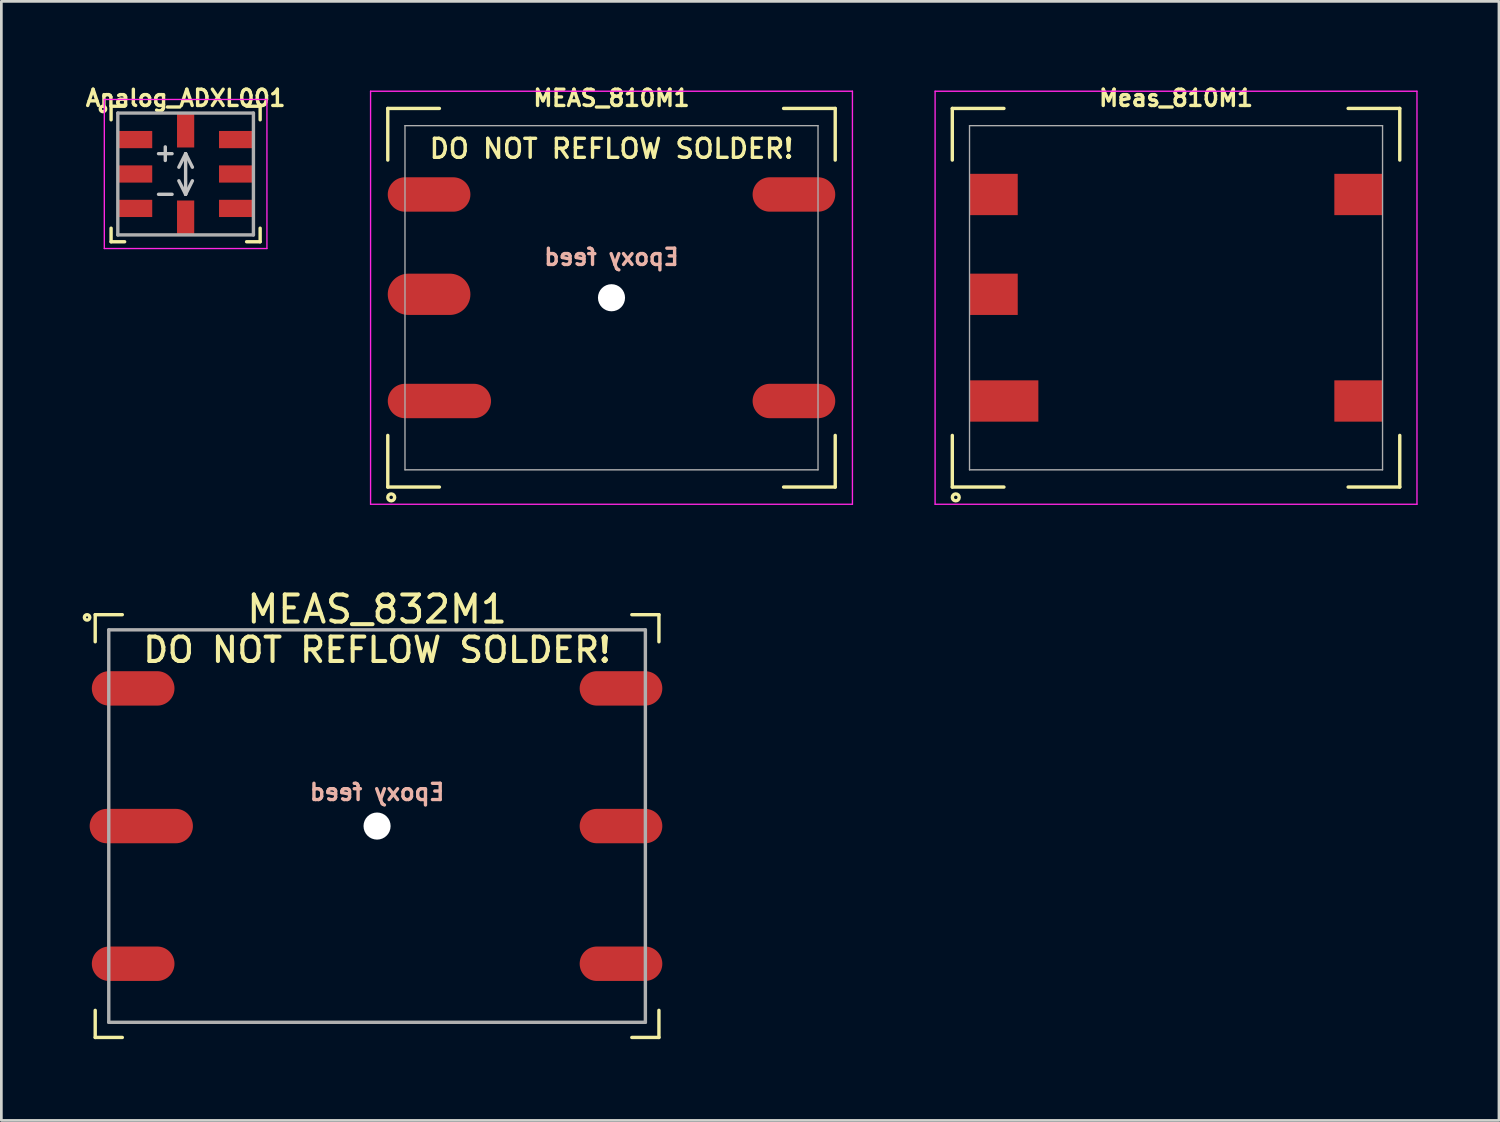
<source format=kicad_pcb>
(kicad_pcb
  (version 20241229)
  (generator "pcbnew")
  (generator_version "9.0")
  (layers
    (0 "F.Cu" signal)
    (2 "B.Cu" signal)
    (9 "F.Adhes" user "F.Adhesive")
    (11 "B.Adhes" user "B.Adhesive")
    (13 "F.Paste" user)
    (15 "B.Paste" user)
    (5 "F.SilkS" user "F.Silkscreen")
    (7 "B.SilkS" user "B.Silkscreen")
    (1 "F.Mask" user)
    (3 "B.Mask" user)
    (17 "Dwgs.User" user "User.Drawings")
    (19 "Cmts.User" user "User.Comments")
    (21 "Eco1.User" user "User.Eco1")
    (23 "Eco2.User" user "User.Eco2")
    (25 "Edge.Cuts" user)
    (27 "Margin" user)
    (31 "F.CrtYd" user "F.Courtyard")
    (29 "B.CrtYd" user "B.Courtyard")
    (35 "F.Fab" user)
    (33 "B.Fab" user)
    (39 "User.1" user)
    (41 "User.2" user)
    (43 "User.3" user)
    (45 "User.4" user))
  (footprint "Meas_810M1"
    (layer "F.Cu")
    (at 40.343 7.936)
    (property "Reference" "Meas_810M1" (at 0 -7.366 0) (layer "F.SilkS") (effects (font (size 0.6 0.6) (thickness 0.125))))
    (attr smd)
    (fp_line (start -8.255 -6.985) (end -8.255 -5.08) (stroke (width 0.125) (type solid)) (layer "F.SilkS"))
    (fp_line (start -8.255 -6.985) (end -6.35 -6.985) (stroke (width 0.125) (type solid)) (layer "F.SilkS"))
    (fp_line (start -8.255 6.985) (end -8.255 5.08) (stroke (width 0.125) (type solid)) (layer "F.SilkS"))
    (fp_line (start -6.35 6.985) (end -8.255 6.985) (stroke (width 0.125) (type solid)) (layer "F.SilkS"))
    (fp_line (start 6.35 -6.985) (end 8.255 -6.985) (stroke (width 0.125) (type solid)) (layer "F.SilkS"))
    (fp_line (start 8.255 -6.985) (end 8.255 -5.08) (stroke (width 0.125) (type solid)) (layer "F.SilkS"))
    (fp_line (start 8.255 5.08) (end 8.255 6.985) (stroke (width 0.125) (type solid)) (layer "F.SilkS"))
    (fp_line (start 8.255 6.985) (end 6.35 6.985) (stroke (width 0.125) (type solid)) (layer "F.SilkS"))
    (fp_circle (center -8.128 7.366) (end -8.128 7.493) (stroke (width 0.125) (type solid)) (fill no) (layer "F.SilkS"))
    (fp_line (start -8.89 -7.62) (end 8.89 -7.62) (stroke (width 0.05) (type solid)) (layer "F.CrtYd"))
    (fp_line (start -8.89 7.62) (end -8.89 -7.62) (stroke (width 0.05) (type solid)) (layer "F.CrtYd"))
    (fp_line (start 8.89 -7.62) (end 8.89 7.62) (stroke (width 0.05) (type solid)) (layer "F.CrtYd"))
    (fp_line (start 8.89 7.62) (end -8.89 7.62) (stroke (width 0.05) (type solid)) (layer "F.CrtYd"))
    (fp_line (start -7.62 -6.35) (end 7.62 -6.35) (stroke (width 0.05) (type solid)) (layer "F.Fab"))
    (fp_line (start -7.62 6.35) (end -7.62 -6.35) (stroke (width 0.05) (type solid)) (layer "F.Fab"))
    (fp_line (start 7.62 -6.35) (end 7.62 6.35) (stroke (width 0.05) (type solid)) (layer "F.Fab"))
    (fp_line (start 7.62 6.35) (end -7.62 6.35) (stroke (width 0.05) (type solid)) (layer "F.Fab"))
    (pad "1" smd rect (at -6.731 -3.81) (size 1.78 1.524) (layers "F.Cu" "F.Mask" "F.Paste"))
    (pad "2" smd rect (at -6.731 -0.127) (size 1.78 1.524) (layers "F.Cu" "F.Mask" "F.Paste"))
    (pad "3" smd rect (at -6.35 3.81) (size 2.54 1.524) (layers "F.Cu" "F.Mask" "F.Paste"))
    (pad "4" smd rect (at 6.731 3.81) (size 1.78 1.524) (layers "F.Cu" "F.Mask" "F.Paste"))
    (pad "5" smd rect (at 6.731 -3.81) (size 1.78 1.524) (layers "F.Cu" "F.Mask" "F.Paste")))
  (footprint "Analog_ADXL001"
    (layer "F.Cu")
    (at 3.799 3.37)
    (property "Reference" "Analog_ADXL001" (at 0 -2.8 0) (layer "F.SilkS") (effects (font (size 0.6 0.6) (thickness 0.125))))
    (attr smd)
    (fp_line (start -2.75 -2.5) (end -2.75 -2) (stroke (width 0.125) (type solid)) (layer "F.SilkS"))
    (fp_line (start -2.75 -2.5) (end -2.25 -2.5) (stroke (width 0.125) (type solid)) (layer "F.SilkS"))
    (fp_line (start -2.75 2.5) (end -2.75 2) (stroke (width 0.125) (type solid)) (layer "F.SilkS"))
    (fp_line (start -2.25 2.5) (end -2.75 2.5) (stroke (width 0.125) (type solid)) (layer "F.SilkS"))
    (fp_line (start 2.25 -2.5) (end 2.75 -2.5) (stroke (width 0.125) (type solid)) (layer "F.SilkS"))
    (fp_line (start 2.75 -2.5) (end 2.75 -2) (stroke (width 0.125) (type solid)) (layer "F.SilkS"))
    (fp_line (start 2.75 2) (end 2.75 2.5) (stroke (width 0.125) (type solid)) (layer "F.SilkS"))
    (fp_line (start 2.75 2.5) (end 2.25 2.5) (stroke (width 0.125) (type solid)) (layer "F.SilkS"))
    (fp_circle (center -3.05 -2.4) (end -3.05 -2.5) (stroke (width 0.125) (type solid)) (fill no) (layer "F.SilkS"))
    (fp_line (start -1 -0.75) (end -0.5 -0.75) (stroke (width 0.125) (type solid)) (layer "Dwgs.User"))
    (fp_line (start -1 0.75) (end -0.5 0.75) (stroke (width 0.125) (type solid)) (layer "Dwgs.User"))
    (fp_line (start -0.75 -1) (end -0.75 -0.5) (stroke (width 0.125) (type solid)) (layer "Dwgs.User"))
    (fp_line (start -0.25 0.25) (end 0 0.75) (stroke (width 0.125) (type solid)) (layer "Dwgs.User"))
    (fp_line (start 0 -0.75) (end -0.25 -0.25) (stroke (width 0.125) (type solid)) (layer "Dwgs.User"))
    (fp_line (start 0 -0.75) (end 0 0.75) (stroke (width 0.125) (type solid)) (layer "Dwgs.User"))
    (fp_line (start 0 -0.75) (end 0.25 -0.25) (stroke (width 0.125) (type solid)) (layer "Dwgs.User"))
    (fp_line (start 0 0.75) (end 0.25 0.25) (stroke (width 0.125) (type solid)) (layer "Dwgs.User"))
    (fp_line (start -3 -2.75) (end 3 -2.75) (stroke (width 0.05) (type solid)) (layer "F.CrtYd"))
    (fp_line (start -3 2.75) (end -3 -2.75) (stroke (width 0.05) (type solid)) (layer "F.CrtYd"))
    (fp_line (start 3 -2.75) (end 3 2.75) (stroke (width 0.05) (type solid)) (layer "F.CrtYd"))
    (fp_line (start 3 2.75) (end -3 2.75) (stroke (width 0.05) (type solid)) (layer "F.CrtYd"))
    (fp_line (start -2.502 -2.248) (end 2.502 -2.248) (stroke (width 0.125) (type solid)) (layer "F.Fab"))
    (fp_line (start -2.502 2.248) (end -2.502 -2.248) (stroke (width 0.125) (type solid)) (layer "F.Fab"))
    (fp_line (start 2.502 -2.248) (end 2.502 2.248) (stroke (width 0.125) (type solid)) (layer "F.Fab"))
    (fp_line (start 2.502 2.248) (end -2.502 2.248) (stroke (width 0.125) (type solid)) (layer "F.Fab"))
    (pad "1" smd rect (at -1.867 -1.27) (size 1.27 0.635) (layers "F.Cu" "F.Mask" "F.Paste"))
    (pad "2" smd rect (at -1.867 0) (size 1.27 0.635) (layers "F.Cu" "F.Mask" "F.Paste"))
    (pad "3" smd rect (at -1.867 1.27) (size 1.27 0.635) (layers "F.Cu" "F.Mask" "F.Paste"))
    (pad "4" smd rect (at 0 1.613 90) (size 1.27 0.635) (layers "F.Cu" "F.Mask" "F.Paste"))
    (pad "5" smd rect (at 1.867 1.27) (size 1.27 0.635) (layers "F.Cu" "F.Mask" "F.Paste"))
    (pad "6" smd rect (at 1.867 0) (size 1.27 0.635) (layers "F.Cu" "F.Mask" "F.Paste"))
    (pad "7" smd rect (at 1.867 -1.27) (size 1.27 0.635) (layers "F.Cu" "F.Mask" "F.Paste"))
    (pad "8" smd rect (at 0 -1.613 90) (size 1.27 0.635) (layers "F.Cu" "F.Mask" "F.Paste")))
  (footprint "MEAS_810M1"
    (layer "F.Cu")
    (at 19.513 7.936)
    (property "Reference" "MEAS_810M1" (at 0 -7.366 0) (layer "F.SilkS") (effects (font (size 0.6 0.6) (thickness 0.125))))
    (attr through_hole)
    (fp_line (start -8.255 -6.985) (end -8.255 -5.08) (stroke (width 0.125) (type solid)) (layer "F.SilkS"))
    (fp_line (start -8.255 -6.985) (end -6.35 -6.985) (stroke (width 0.125) (type solid)) (layer "F.SilkS"))
    (fp_line (start -8.255 6.985) (end -8.255 5.08) (stroke (width 0.125) (type solid)) (layer "F.SilkS"))
    (fp_line (start -6.35 6.985) (end -8.255 6.985) (stroke (width 0.125) (type solid)) (layer "F.SilkS"))
    (fp_line (start 6.35 -6.985) (end 8.255 -6.985) (stroke (width 0.125) (type solid)) (layer "F.SilkS"))
    (fp_line (start 8.255 -6.985) (end 8.255 -5.08) (stroke (width 0.125) (type solid)) (layer "F.SilkS"))
    (fp_line (start 8.255 5.08) (end 8.255 6.985) (stroke (width 0.125) (type solid)) (layer "F.SilkS"))
    (fp_line (start 8.255 6.985) (end 6.35 6.985) (stroke (width 0.125) (type solid)) (layer "F.SilkS"))
    (fp_circle (center -8.128 7.366) (end -8.128 7.493) (stroke (width 0.125) (type solid)) (fill no) (layer "F.SilkS"))
    (fp_line (start -8.89 -7.62) (end 8.89 -7.62) (stroke (width 0.05) (type solid)) (layer "F.CrtYd"))
    (fp_line (start -8.89 7.62) (end -8.89 -7.62) (stroke (width 0.05) (type solid)) (layer "F.CrtYd"))
    (fp_line (start 8.89 -7.62) (end 8.89 7.62) (stroke (width 0.05) (type solid)) (layer "F.CrtYd"))
    (fp_line (start 8.89 7.62) (end -8.89 7.62) (stroke (width 0.05) (type solid)) (layer "F.CrtYd"))
    (fp_line (start -7.62 -6.35) (end 7.62 -6.35) (stroke (width 0.05) (type solid)) (layer "F.Fab"))
    (fp_line (start -7.62 6.35) (end -7.62 -6.35) (stroke (width 0.05) (type solid)) (layer "F.Fab"))
    (fp_line (start 7.62 -6.35) (end 7.62 6.35) (stroke (width 0.05) (type solid)) (layer "F.Fab"))
    (fp_line (start 7.62 6.35) (end -7.62 6.35) (stroke (width 0.05) (type solid)) (layer "F.Fab"))
    (fp_text user "DO NOT REFLOW SOLDER!" (at 0 -5.5 0) (layer "F.SilkS") (effects (font (size 0.7 0.7) (thickness 0.125))))
    (fp_text user "Epoxy feed" (at 0 -1.5 0) (layer "B.SilkS") (effects (font (size 0.6 0.6) (thickness 0.125)) (justify mirror)))
    (pad "" np_thru_hole circle (at 0 0) (size 1 1) (drill 1) (layers "*.Cu" "*.Mask"))
    (pad "1" connect oval (at -6.731 -3.81) (size 3.05 1.27) (layers "F.Cu" "F.Mask"))
    (pad "2" connect oval (at -6.731 -0.127) (size 3.05 1.524) (layers "F.Cu" "F.Mask"))
    (pad "3" connect oval (at -6.35 3.81) (size 3.81 1.27) (layers "F.Cu" "F.Mask"))
    (pad "4" connect oval (at 6.731 3.81) (size 3.05 1.27) (layers "F.Cu" "F.Mask"))
    (pad "5" connect oval (at 6.731 -3.81) (size 3.05 1.27) (layers "F.Cu" "F.Mask")))
  (footprint "MEAS_832M1"
    (layer "F.Cu")
    (at 10.863 27.43)
    (property "Reference" "MEAS_832M1" (at 0 -8 0) (layer "F.SilkS") (effects (font (size 1 1) (thickness 0.15))))
    (attr through_hole)
    (fp_line (start -10.4 -7.8) (end -10.4 -6.8) (stroke (width 0.125) (type solid)) (layer "F.SilkS"))
    (fp_line (start -10.4 -7.8) (end -9.4 -7.8) (stroke (width 0.125) (type solid)) (layer "F.SilkS"))
    (fp_line (start -10.4 7.8) (end -10.4 6.8) (stroke (width 0.125) (type solid)) (layer "F.SilkS"))
    (fp_line (start -10.4 7.8) (end -9.4 7.8) (stroke (width 0.125) (type solid)) (layer "F.SilkS"))
    (fp_line (start 10.4 -7.8) (end 9.4 -7.8) (stroke (width 0.125) (type solid)) (layer "F.SilkS"))
    (fp_line (start 10.4 -7.8) (end 10.4 -6.8) (stroke (width 0.125) (type solid)) (layer "F.SilkS"))
    (fp_line (start 10.4 7.8) (end 9.4 7.8) (stroke (width 0.125) (type solid)) (layer "F.SilkS"))
    (fp_line (start 10.4 7.8) (end 10.4 6.8) (stroke (width 0.125) (type solid)) (layer "F.SilkS"))
    (fp_circle (center -10.7 -7.7) (end -10.7 -7.8) (stroke (width 0.125) (type solid)) (fill no) (layer "F.SilkS"))
    (fp_line (start -9.9 -7.24) (end 9.9 -7.24) (stroke (width 0.125) (type solid)) (layer "F.Fab"))
    (fp_line (start -9.9 7.24) (end -9.9 -7.24) (stroke (width 0.125) (type solid)) (layer "F.Fab"))
    (fp_line (start 9.9 -7.24) (end 9.9 7.24) (stroke (width 0.125) (type solid)) (layer "F.Fab"))
    (fp_line (start 9.9 7.24) (end -9.9 7.24) (stroke (width 0.125) (type solid)) (layer "F.Fab"))
    (fp_text user "DO NOT REFLOW SOLDER!" (at 0 -6.5 0) (layer "F.SilkS") (effects (font (size 0.9 0.9) (thickness 0.15))))
    (fp_text user "Epoxy feed" (at 0 -1.25 0) (layer "B.SilkS") (effects (font (size 0.6 0.6) (thickness 0.125)) (justify mirror)))
    (pad "" np_thru_hole circle (at 0 0) (size 1 1) (drill 1) (layers "*.Cu" "*.Mask"))
    (pad "1" connect oval (at -9 -5.08) (size 3.05 1.27) (layers "F.Cu" "F.Mask"))
    (pad "2" connect oval (at -8.7 0) (size 3.81 1.27) (layers "F.Cu" "F.Mask"))
    (pad "3" connect oval (at -9 5.08) (size 3.05 1.27) (layers "F.Cu" "F.Mask"))
    (pad "4" connect oval (at 9 5.08) (size 3.05 1.27) (layers "F.Cu" "F.Mask"))
    (pad "5" connect oval (at 9 0) (size 3.05 1.27) (layers "F.Cu" "F.Mask"))
    (pad "6" connect oval (at 9 -5.08) (size 3.05 1.27) (layers "F.Cu" "F.Mask")))
  (gr_rect
    (start -3 -3)
    (end 52.258 38.292)
    (stroke (width 0.1) (type default))
    (fill no)
    (layer "Edge.Cuts")))
</source>
